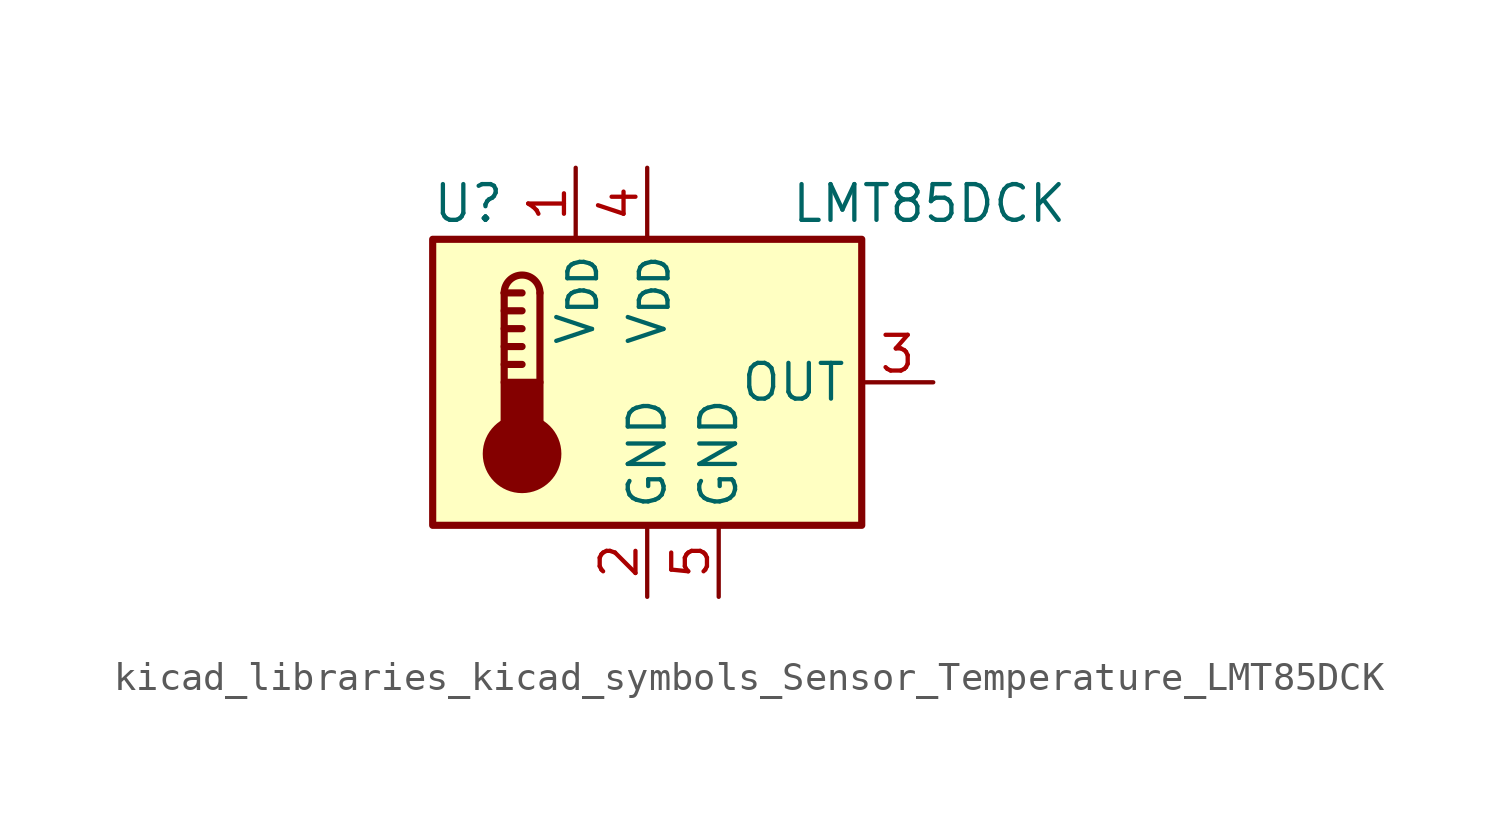
<source format=kicad_sym>
(kicad_symbol_lib
  (version 20220914)
  (generator kicad_symbol_editor)
  (symbol "kicad_libraries_kicad_symbols_Sensor_Temperature_LMT85DCK"
    (property "Reference" "U"
      (at -6.35 6.35 0)
      (effects (font (size 1.27 1.27))))
    (property "Value" "LMT85DCK"
      (at 5.08 6.35 0)
      (effects (font (size 1.27 1.27)) (justify left)))
    (symbol "kicad_libraries_kicad_symbols_Sensor_Temperature_LMT85DCK_0_1"
      (rectangle (start -7.62 5.08) (end 7.62 -5.08) (stroke (width 0.254) (type default)) (fill (type background)))
      (circle (center -4.445 -2.54) (radius 1.27) (stroke (width 0.254) (type default)) (fill (type outline)))
      (rectangle (start -3.81 -1.905) (end -5.08 0) (stroke (width 0.254) (type default)) (fill (type outline)))
      (arc (start -3.81 3.175) (mid -4.445 3.8073) (end -5.08 3.175) (stroke (width 0.254) (type default)) (fill (type none)))
      (polyline (pts (xy -5.08 0.635) (xy -4.445 0.635)) (stroke (width 0.254) (type default)) (fill (type none)))
      (polyline (pts (xy -5.08 1.27) (xy -4.445 1.27)) (stroke (width 0.254) (type default)) (fill (type none)))
      (polyline (pts (xy -5.08 1.905) (xy -4.445 1.905)) (stroke (width 0.254) (type default)) (fill (type none)))
      (polyline (pts (xy -5.08 2.54) (xy -4.445 2.54)) (stroke (width 0.254) (type default)) (fill (type none)))
      (polyline (pts (xy -5.08 3.175) (xy -5.08 0)) (stroke (width 0.254) (type default)) (fill (type none)))
      (polyline (pts (xy -5.08 3.175) (xy -4.445 3.175)) (stroke (width 0.254) (type default)) (fill (type none)))
      (polyline (pts (xy -3.81 3.175) (xy -3.81 0)) (stroke (width 0.254) (type default)) (fill (type none))))
    (symbol "kicad_libraries_kicad_symbols_Sensor_Temperature_LMT85DCK_1_1"
      (pin power_in line (at -2.54 7.62 270) (length 2.54) (name "V_{DD}" (effects (font (size 1.27 1.27)))) (number "1" (effects (font (size 1.27 1.27)))))
      (pin power_in line (at 0 -7.62 90) (length 2.54) (name "GND" (effects (font (size 1.27 1.27)))) (number "2" (effects (font (size 1.27 1.27)))))
      (pin output line (at 10.16 0 180) (length 2.54) (name "OUT" (effects (font (size 1.27 1.27)))) (number "3" (effects (font (size 1.27 1.27)))))
      (pin power_in line (at 0 7.62 270) (length 2.54) (name "V_{DD}" (effects (font (size 1.27 1.27)))) (number "4" (effects (font (size 1.27 1.27)))))
      (pin power_in line (at 2.54 -7.62 90) (length 2.54) (name "GND" (effects (font (size 1.27 1.27)))) (number "5" (effects (font (size 1.27 1.27))))))))
</source>
